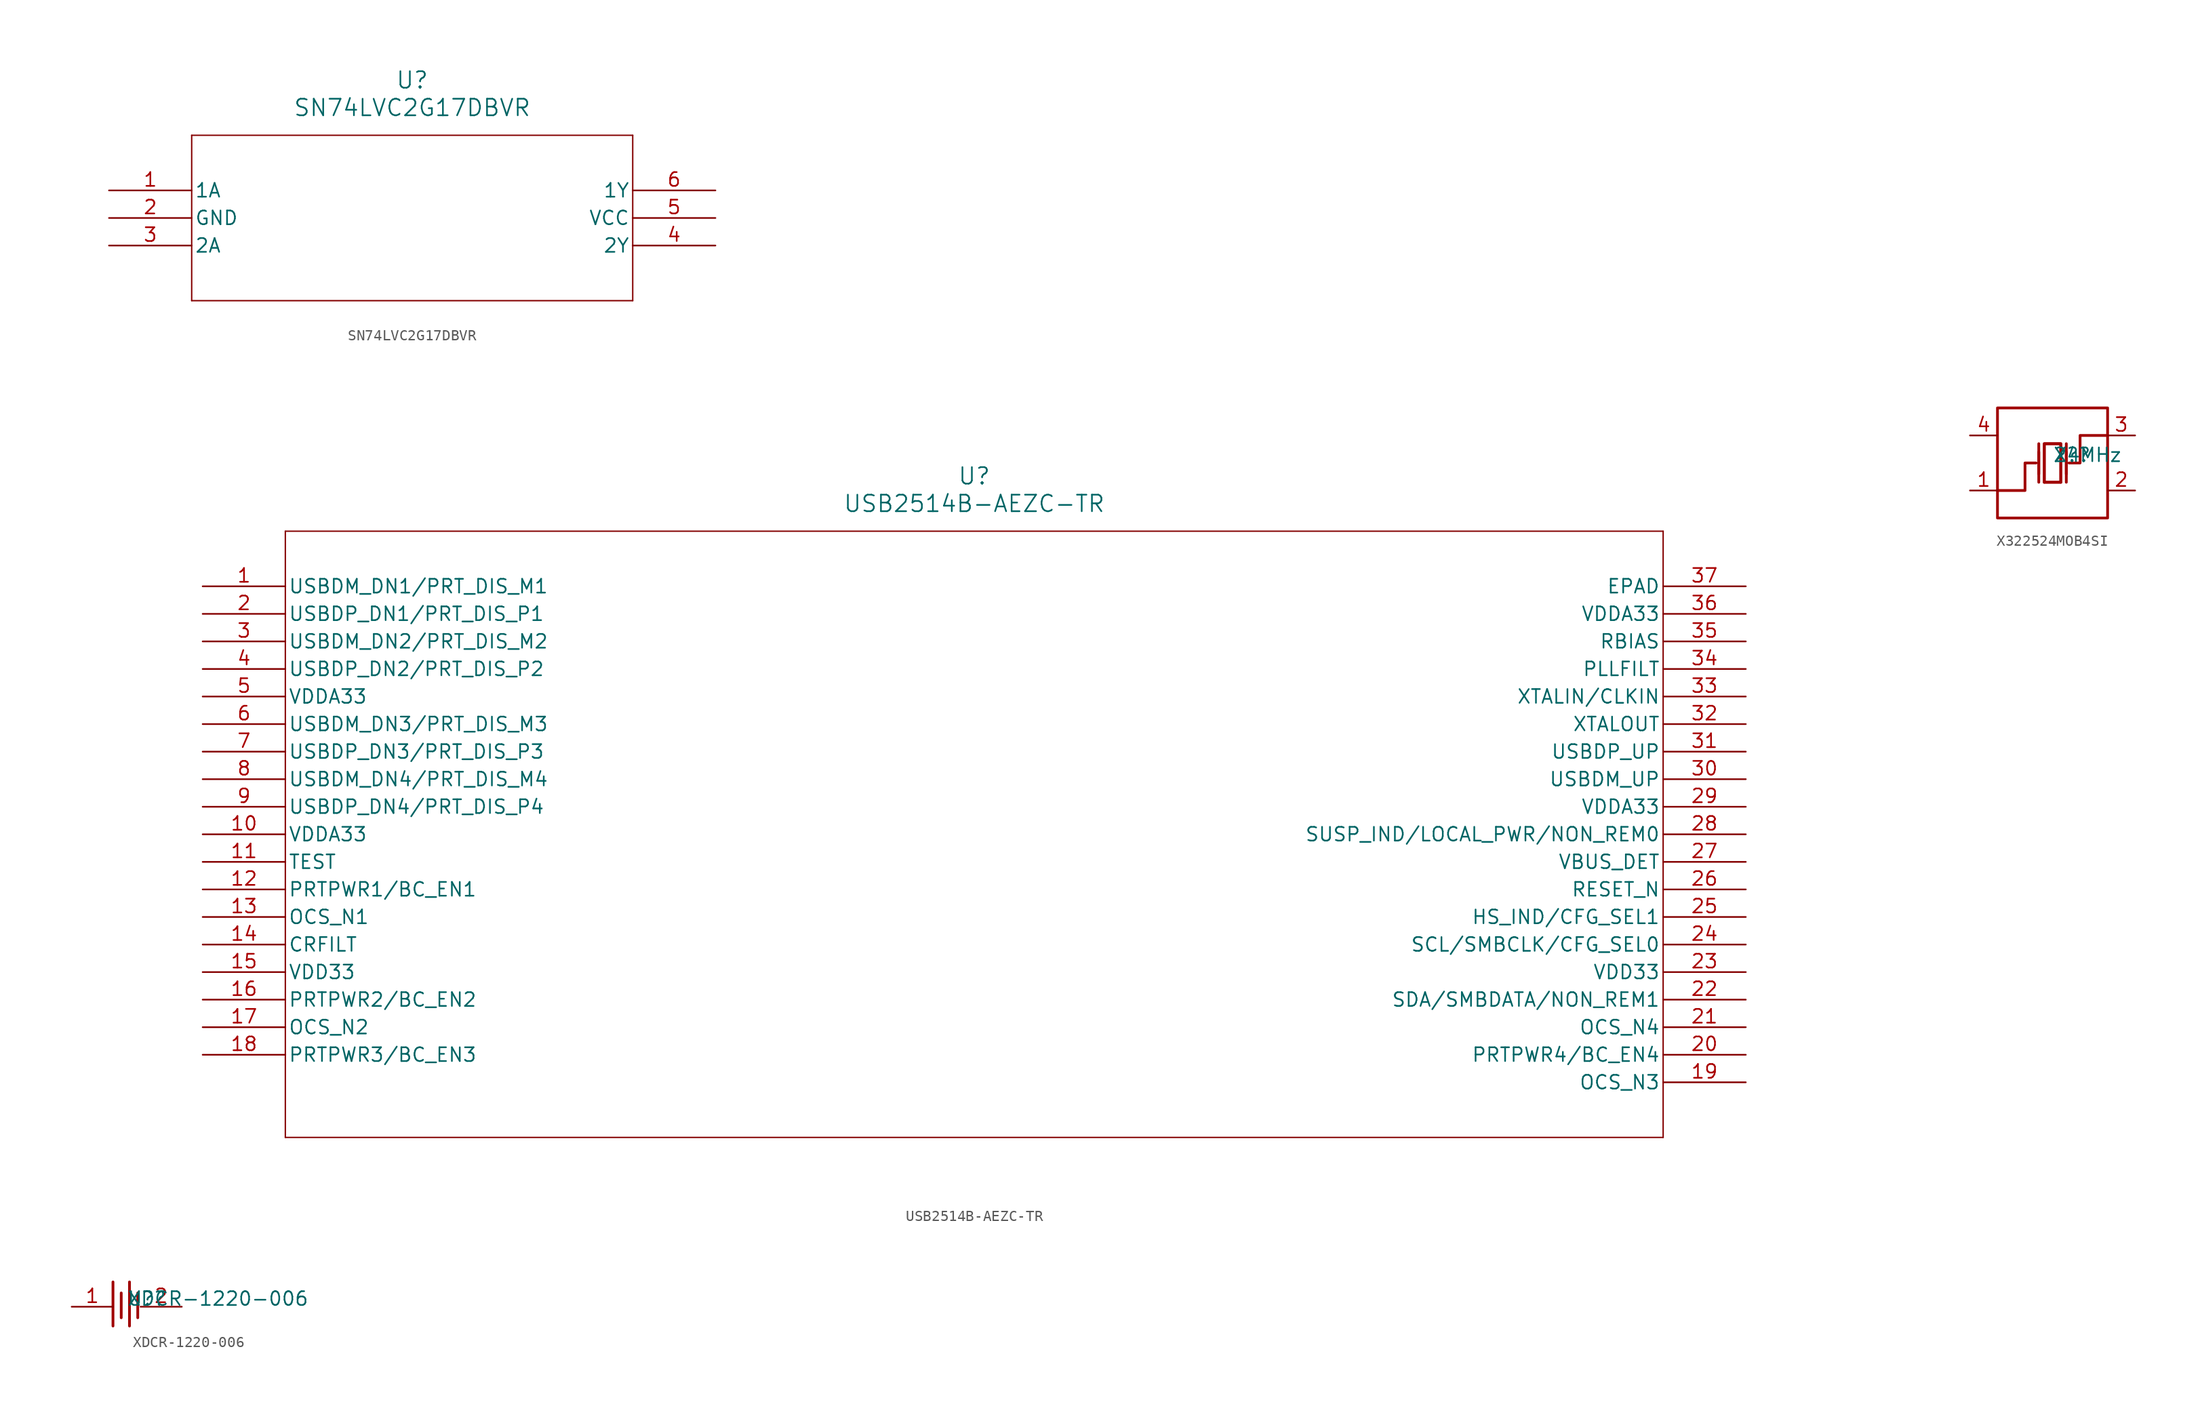
<source format=kicad_sym>
(kicad_symbol_lib
  (version 20241209)
  (generator "kicad_symbol_editor")
  (generator_version "9.0")
  (symbol "SN74LVC2G17DBVR"
    (pin_names
      (offset 0.254))
    (property "Reference" "U"
      (at 27.94 10.16 0)
      (effects (font (size 1.524 1.524))))
    (property "Value" "SN74LVC2G17DBVR"
      (at 27.94 7.62 0)
      (effects (font (size 1.524 1.524))))
    (property "ki_locked" ""
      (at 0 0 0)
      (effects (font (size 1.27 1.27))))
    (symbol "SN74LVC2G17DBVR_0_1"
      (polyline (pts (xy 7.62 5.08) (xy 7.62 -10.16)) (stroke (width 0.127) (type default)) (fill (type none)))
      (polyline (pts (xy 7.62 -10.16) (xy 48.26 -10.16)) (stroke (width 0.127) (type default)) (fill (type none)))
      (polyline (pts (xy 48.26 5.08) (xy 7.62 5.08)) (stroke (width 0.127) (type default)) (fill (type none)))
      (polyline (pts (xy 48.26 -10.16) (xy 48.26 5.08)) (stroke (width 0.127) (type default)) (fill (type none)))
      (pin input line (at 0 0 0) (length 7.62) (name "1A" (effects (font (size 1.27 1.27)))) (number "1" (effects (font (size 1.27 1.27)))))
      (pin power_in line (at 0 -2.54 0) (length 7.62) (name "GND" (effects (font (size 1.27 1.27)))) (number "2" (effects (font (size 1.27 1.27)))))
      (pin input line (at 0 -5.08 0) (length 7.62) (name "2A" (effects (font (size 1.27 1.27)))) (number "3" (effects (font (size 1.27 1.27)))))
      (pin output line (at 55.88 0 180) (length 7.62) (name "1Y" (effects (font (size 1.27 1.27)))) (number "6" (effects (font (size 1.27 1.27)))))
      (pin power_in line (at 55.88 -2.54 180) (length 7.62) (name "VCC" (effects (font (size 1.27 1.27)))) (number "5" (effects (font (size 1.27 1.27)))))
      (pin output line (at 55.88 -5.08 180) (length 7.62) (name "2Y" (effects (font (size 1.27 1.27)))) (number "4" (effects (font (size 1.27 1.27)))))))
  (symbol "USB2514B-AEZC-TR"
    (pin_names
      (offset 0.254))
    (property "Reference" "U"
      (at 71.12 10.16 0)
      (effects (font (size 1.524 1.524))))
    (property "Value" "USB2514B-AEZC-TR"
      (at 71.12 7.62 0)
      (effects (font (size 1.524 1.524))))
    (property "ki_locked" ""
      (at 0 0 0)
      (effects (font (size 1.27 1.27))))
    (symbol "USB2514B-AEZC-TR_0_1"
      (polyline (pts (xy 7.62 5.08) (xy 7.62 -50.8)) (stroke (width 0.127) (type default)) (fill (type none)))
      (polyline (pts (xy 7.62 -50.8) (xy 134.62 -50.8)) (stroke (width 0.127) (type default)) (fill (type none)))
      (polyline (pts (xy 134.62 5.08) (xy 7.62 5.08)) (stroke (width 0.127) (type default)) (fill (type none)))
      (polyline (pts (xy 134.62 -50.8) (xy 134.62 5.08)) (stroke (width 0.127) (type default)) (fill (type none)))
      (pin bidirectional line (at 0 0 0) (length 7.62) (name "USBDM_DN1/PRT_DIS_M1" (effects (font (size 1.27 1.27)))) (number "1" (effects (font (size 1.27 1.27)))))
      (pin bidirectional line (at 0 -2.54 0) (length 7.62) (name "USBDP_DN1/PRT_DIS_P1" (effects (font (size 1.27 1.27)))) (number "2" (effects (font (size 1.27 1.27)))))
      (pin bidirectional line (at 0 -5.08 0) (length 7.62) (name "USBDM_DN2/PRT_DIS_M2" (effects (font (size 1.27 1.27)))) (number "3" (effects (font (size 1.27 1.27)))))
      (pin bidirectional line (at 0 -7.62 0) (length 7.62) (name "USBDP_DN2/PRT_DIS_P2" (effects (font (size 1.27 1.27)))) (number "4" (effects (font (size 1.27 1.27)))))
      (pin power_in line (at 0 -10.16 0) (length 7.62) (name "VDDA33" (effects (font (size 1.27 1.27)))) (number "5" (effects (font (size 1.27 1.27)))))
      (pin bidirectional line (at 0 -12.7 0) (length 7.62) (name "USBDM_DN3/PRT_DIS_M3" (effects (font (size 1.27 1.27)))) (number "6" (effects (font (size 1.27 1.27)))))
      (pin bidirectional line (at 0 -15.24 0) (length 7.62) (name "USBDP_DN3/PRT_DIS_P3" (effects (font (size 1.27 1.27)))) (number "7" (effects (font (size 1.27 1.27)))))
      (pin bidirectional line (at 0 -17.78 0) (length 7.62) (name "USBDM_DN4/PRT_DIS_M4" (effects (font (size 1.27 1.27)))) (number "8" (effects (font (size 1.27 1.27)))))
      (pin bidirectional line (at 0 -20.32 0) (length 7.62) (name "USBDP_DN4/PRT_DIS_P4" (effects (font (size 1.27 1.27)))) (number "9" (effects (font (size 1.27 1.27)))))
      (pin power_in line (at 0 -22.86 0) (length 7.62) (name "VDDA33" (effects (font (size 1.27 1.27)))) (number "10" (effects (font (size 1.27 1.27)))))
      (pin bidirectional line (at 0 -25.4 0) (length 7.62) (name "TEST" (effects (font (size 1.27 1.27)))) (number "11" (effects (font (size 1.27 1.27)))))
      (pin bidirectional line (at 0 -27.94 0) (length 7.62) (name "PRTPWR1/BC_EN1" (effects (font (size 1.27 1.27)))) (number "12" (effects (font (size 1.27 1.27)))))
      (pin bidirectional line (at 0 -30.48 0) (length 7.62) (name "OCS_N1" (effects (font (size 1.27 1.27)))) (number "13" (effects (font (size 1.27 1.27)))))
      (pin bidirectional line (at 0 -33.02 0) (length 7.62) (name "CRFILT" (effects (font (size 1.27 1.27)))) (number "14" (effects (font (size 1.27 1.27)))))
      (pin power_in line (at 0 -35.56 0) (length 7.62) (name "VDD33" (effects (font (size 1.27 1.27)))) (number "15" (effects (font (size 1.27 1.27)))))
      (pin bidirectional line (at 0 -38.1 0) (length 7.62) (name "PRTPWR2/BC_EN2" (effects (font (size 1.27 1.27)))) (number "16" (effects (font (size 1.27 1.27)))))
      (pin bidirectional line (at 0 -40.64 0) (length 7.62) (name "OCS_N2" (effects (font (size 1.27 1.27)))) (number "17" (effects (font (size 1.27 1.27)))))
      (pin bidirectional line (at 0 -43.18 0) (length 7.62) (name "PRTPWR3/BC_EN3" (effects (font (size 1.27 1.27)))) (number "18" (effects (font (size 1.27 1.27)))))
      (pin unspecified line (at 142.24 0 180) (length 7.62) (name "EPAD" (effects (font (size 1.27 1.27)))) (number "37" (effects (font (size 1.27 1.27)))))
      (pin power_in line (at 142.24 -2.54 180) (length 7.62) (name "VDDA33" (effects (font (size 1.27 1.27)))) (number "36" (effects (font (size 1.27 1.27)))))
      (pin bidirectional line (at 142.24 -5.08 180) (length 7.62) (name "RBIAS" (effects (font (size 1.27 1.27)))) (number "35" (effects (font (size 1.27 1.27)))))
      (pin bidirectional line (at 142.24 -7.62 180) (length 7.62) (name "PLLFILT" (effects (font (size 1.27 1.27)))) (number "34" (effects (font (size 1.27 1.27)))))
      (pin input line (at 142.24 -10.16 180) (length 7.62) (name "XTALIN/CLKIN" (effects (font (size 1.27 1.27)))) (number "33" (effects (font (size 1.27 1.27)))))
      (pin output line (at 142.24 -12.7 180) (length 7.62) (name "XTALOUT" (effects (font (size 1.27 1.27)))) (number "32" (effects (font (size 1.27 1.27)))))
      (pin bidirectional line (at 142.24 -15.24 180) (length 7.62) (name "USBDP_UP" (effects (font (size 1.27 1.27)))) (number "31" (effects (font (size 1.27 1.27)))))
      (pin bidirectional line (at 142.24 -17.78 180) (length 7.62) (name "USBDM_UP" (effects (font (size 1.27 1.27)))) (number "30" (effects (font (size 1.27 1.27)))))
      (pin power_in line (at 142.24 -20.32 180) (length 7.62) (name "VDDA33" (effects (font (size 1.27 1.27)))) (number "29" (effects (font (size 1.27 1.27)))))
      (pin bidirectional line (at 142.24 -22.86 180) (length 7.62) (name "SUSP_IND/LOCAL_PWR/NON_REM0" (effects (font (size 1.27 1.27)))) (number "28" (effects (font (size 1.27 1.27)))))
      (pin bidirectional line (at 142.24 -25.4 180) (length 7.62) (name "VBUS_DET" (effects (font (size 1.27 1.27)))) (number "27" (effects (font (size 1.27 1.27)))))
      (pin bidirectional line (at 142.24 -27.94 180) (length 7.62) (name "RESET_N" (effects (font (size 1.27 1.27)))) (number "26" (effects (font (size 1.27 1.27)))))
      (pin bidirectional line (at 142.24 -30.48 180) (length 7.62) (name "HS_IND/CFG_SEL1" (effects (font (size 1.27 1.27)))) (number "25" (effects (font (size 1.27 1.27)))))
      (pin bidirectional line (at 142.24 -33.02 180) (length 7.62) (name "SCL/SMBCLK/CFG_SEL0" (effects (font (size 1.27 1.27)))) (number "24" (effects (font (size 1.27 1.27)))))
      (pin power_in line (at 142.24 -35.56 180) (length 7.62) (name "VDD33" (effects (font (size 1.27 1.27)))) (number "23" (effects (font (size 1.27 1.27)))))
      (pin bidirectional line (at 142.24 -38.1 180) (length 7.62) (name "SDA/SMBDATA/NON_REM1" (effects (font (size 1.27 1.27)))) (number "22" (effects (font (size 1.27 1.27)))))
      (pin bidirectional line (at 142.24 -40.64 180) (length 7.62) (name "OCS_N4" (effects (font (size 1.27 1.27)))) (number "21" (effects (font (size 1.27 1.27)))))
      (pin bidirectional line (at 142.24 -43.18 180) (length 7.62) (name "PRTPWR4/BC_EN4" (effects (font (size 1.27 1.27)))) (number "20" (effects (font (size 1.27 1.27)))))
      (pin bidirectional line (at 142.24 -45.72 180) (length 7.62) (name "OCS_N3" (effects (font (size 1.27 1.27)))) (number "19" (effects (font (size 1.27 1.27)))))))
  (symbol "X322524MOB4SI"
    (property "Reference" "X?"
      (at 0 0 0)
      (effects (font (size 1.27 1.27)) (justify left bottom)))
    (property "Value" "24MHz"
      (at 0 0 0)
      (effects (font (size 1.27 1.27)) (justify left bottom)))
    (symbol "X322524MOB4SI_1_0"
      (rectangle (start -5.08 5.08) (end 5.08 -5.08) (stroke (width 0.254) (type solid) (color 160 0 0 1)) (fill (type none)))
      (polyline (pts (xy -5.08 -2.54) (xy -2.54 -2.54) (xy -2.54 -2.54) (xy -2.54 0) (xy -2.54 0) (xy -1.524 0)) (stroke (width 0.254) (type solid) (color 160 0 0 1)) (fill (type none)))
      (polyline (pts (xy -1.27 -1.016) (xy -1.27 1.016)) (stroke (width 0.254) (type solid) (color 160 0 0 1)) (fill (type none)))
      (polyline (pts (xy -1.27 -1.778) (xy -1.27 1.778)) (stroke (width 0.254) (type solid) (color 160 0 0 1)) (fill (type none)))
      (polyline (pts (xy -0.762 -1.778) (xy -0.762 1.778) (xy -0.762 1.778) (xy 0.762 1.778) (xy 0.762 1.778) (xy 0.762 -1.778)) (stroke (width 0.254) (type solid) (color 160 0 0 1)) (fill (type none)))
      (polyline (pts (xy 0.762 1.778) (xy 0.762 -1.778) (xy 0.762 -1.778) (xy -0.762 -1.778) (xy -0.762 -1.778) (xy -0.762 1.778) (xy -0.762 1.778) (xy 0.762 1.778)) (stroke (width 0.254) (type solid) (color 160 0 0 1)) (fill (type none)))
      (polyline (pts (xy 0.762 -1.778) (xy -0.762 -1.778)) (stroke (width 0.254) (type solid) (color 160 0 0 1)) (fill (type none)))
      (polyline (pts (xy 1.27 -1.016) (xy 1.27 1.016)) (stroke (width 0.254) (type solid) (color 160 0 0 1)) (fill (type none)))
      (polyline (pts (xy 1.27 -1.778) (xy 1.27 1.778)) (stroke (width 0.254) (type solid) (color 160 0 0 1)) (fill (type none)))
      (polyline (pts (xy 5.08 2.54) (xy 2.54 2.54) (xy 2.54 2.54) (xy 2.54 0) (xy 2.54 0) (xy 1.524 0)) (stroke (width 0.254) (type solid) (color 160 0 0 1)) (fill (type none)))
      (pin passive line (at -7.62 2.54 0) (length 2.54) (name "GND" (effects (font (size 0 0)))) (number "4" (effects (font (size 1.27 1.27)))))
      (pin passive line (at -7.62 -2.54 0) (length 2.54) (name "OSC1" (effects (font (size 0 0)))) (number "1" (effects (font (size 1.27 1.27)))))
      (pin passive line (at 7.62 2.54 180) (length 2.54) (name "OSC2" (effects (font (size 0 0)))) (number "3" (effects (font (size 1.27 1.27)))))
      (pin passive line (at 7.62 -2.54 180) (length 2.54) (name "GND" (effects (font (size 0 0)))) (number "2" (effects (font (size 1.27 1.27)))))))
  (symbol "XDCR-1220-006"
    (property "Reference" "U?"
      (at 0 0 0)
      (effects (font (size 1.27 1.27)) (justify left bottom)))
    (property "Value" "XDCR-1220-006"
      (at 0 0 0)
      (effects (font (size 1.27 1.27)) (justify left bottom)))
    (symbol "XDCR-1220-006_1_0"
      (polyline (pts (xy -1.27 2.286) (xy -1.27 -1.778)) (stroke (width 0.254) (type solid) (color 160 0 0 1)) (fill (type none)))
      (polyline (pts (xy -0.508 1.27) (xy -0.508 -1.016)) (stroke (width 0.254) (type solid) (color 160 0 0 1)) (fill (type none)))
      (polyline (pts (xy 0.254 2.286) (xy 0.254 -1.778)) (stroke (width 0.254) (type solid) (color 160 0 0 1)) (fill (type none)))
      (polyline (pts (xy 1.016 1.27) (xy 1.016 -1.016)) (stroke (width 0.254) (type solid) (color 160 0 0 1)) (fill (type none)))
      (pin passive line (at -5.08 0 0) (length 3.81) (name "1" (effects (font (size 0 0)))) (number "1" (effects (font (size 1.27 1.27)))))
      (pin passive line (at 5.08 0 180) (length 3.81) (name "2" (effects (font (size 0 0)))) (number "2" (effects (font (size 1.27 1.27))))))))
</source>
